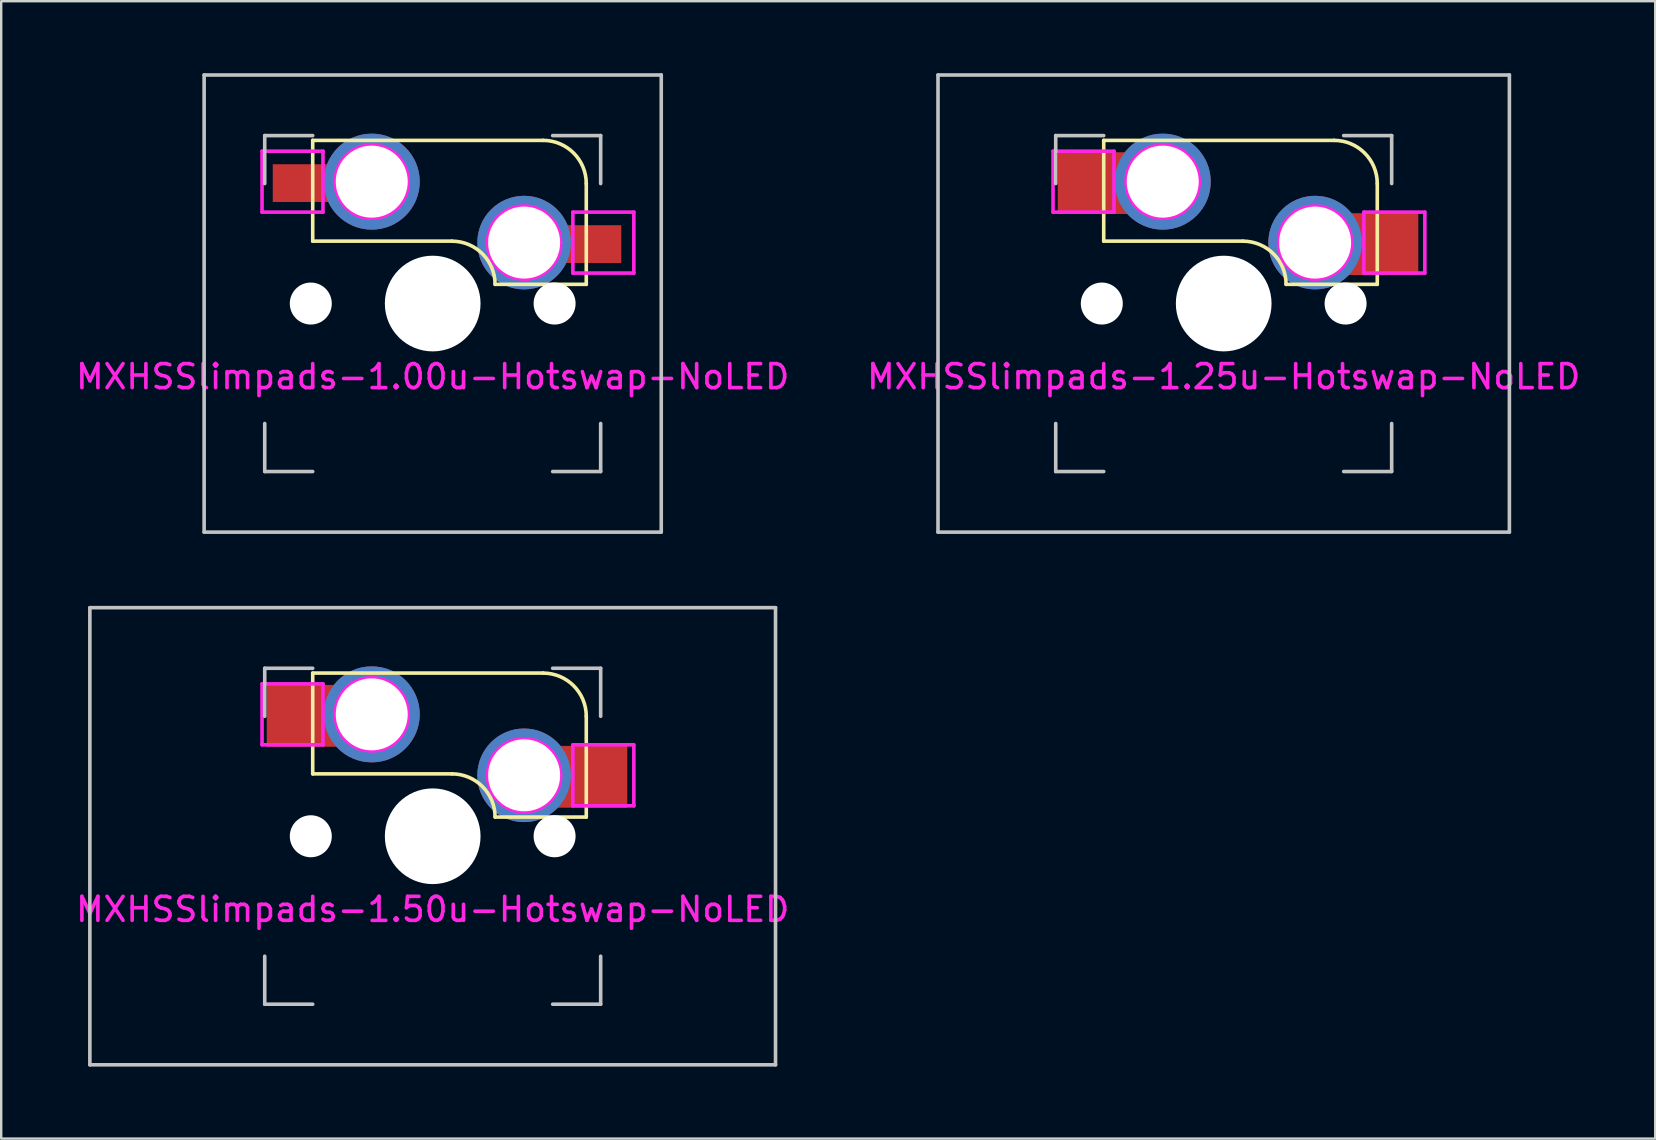
<source format=kicad_pcb>
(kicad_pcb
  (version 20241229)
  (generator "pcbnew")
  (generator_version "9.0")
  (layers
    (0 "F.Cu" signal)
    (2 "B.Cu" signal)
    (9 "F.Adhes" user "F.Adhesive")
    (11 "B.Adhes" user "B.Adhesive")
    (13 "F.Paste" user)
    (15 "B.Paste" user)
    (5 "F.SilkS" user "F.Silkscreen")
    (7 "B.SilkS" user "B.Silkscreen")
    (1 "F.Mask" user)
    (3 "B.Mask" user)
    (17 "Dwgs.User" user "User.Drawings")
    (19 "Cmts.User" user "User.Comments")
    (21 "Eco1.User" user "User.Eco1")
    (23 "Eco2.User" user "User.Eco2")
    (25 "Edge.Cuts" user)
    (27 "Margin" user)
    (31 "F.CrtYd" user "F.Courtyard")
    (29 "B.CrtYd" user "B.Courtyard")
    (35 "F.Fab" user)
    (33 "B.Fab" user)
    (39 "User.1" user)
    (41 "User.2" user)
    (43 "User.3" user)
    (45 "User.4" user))
  (footprint "MXHSSlimpads-1.00u-Hotswap-NoLED"
    (layer "F.Cu")
    (at 14.982 9.6)
    (property "Reference" "MXHSSlimpads-1.00u-Hotswap-NoLED" (at 0 3.048 180) (layer "F.CrtYd") (effects (font (size 1 1) (thickness 0.15))))
    (attr smd)
    (fp_line (start -5 -6.8) (end 4.6 -6.8) (stroke (width 0.15) (type solid)) (layer "F.SilkS"))
    (fp_line (start -5 -2.6) (end -5 -6.8) (stroke (width 0.15) (type solid)) (layer "F.SilkS"))
    (fp_line (start 0.8 -2.6) (end -5 -2.6) (stroke (width 0.15) (type solid)) (layer "F.SilkS"))
    (fp_line (start 6.4 -5) (end 6.4 -0.8) (stroke (width 0.15) (type solid)) (layer "F.SilkS"))
    (fp_line (start 6.4 -0.8) (end 2.6 -0.8) (stroke (width 0.15) (type solid)) (layer "F.SilkS"))
    (fp_arc (start 0.8 -2.6) (mid 2.072792 -2.072792) (end 2.6 -0.8) (stroke (width 0.15) (type solid)) (layer "F.SilkS"))
    (fp_arc (start 4.6 -6.8) (mid 5.872792 -6.272792) (end 6.4 -5) (stroke (width 0.15) (type solid)) (layer "F.SilkS"))
    (fp_rect (start -6.604 -5.791) (end -5.156 -4.242) (stroke (width 0.12) (type solid)) (fill yes) (layer "F.Paste"))
    (fp_rect (start 6.553 -3.226) (end 7.798 -1.676) (stroke (width 0.12) (type solid)) (fill yes) (layer "F.Paste"))
    (fp_line (start -9.525 -9.525) (end -9.525 9.525) (stroke (width 0.15) (type solid)) (layer "Dwgs.User"))
    (fp_line (start -9.525 9.525) (end 9.525 9.525) (stroke (width 0.15) (type solid)) (layer "Dwgs.User"))
    (fp_line (start -7 -7) (end -7 -5) (stroke (width 0.15) (type solid)) (layer "Dwgs.User"))
    (fp_line (start -7 7) (end -7 5) (stroke (width 0.15) (type solid)) (layer "Dwgs.User"))
    (fp_line (start -5 -7) (end -7 -7) (stroke (width 0.15) (type solid)) (layer "Dwgs.User"))
    (fp_line (start -5 7) (end -7 7) (stroke (width 0.15) (type solid)) (layer "Dwgs.User"))
    (fp_line (start 5 -7) (end 7 -7) (stroke (width 0.15) (type solid)) (layer "Dwgs.User"))
    (fp_line (start 7 -7) (end 7 -5) (stroke (width 0.15) (type solid)) (layer "Dwgs.User"))
    (fp_line (start 7 5) (end 7 7) (stroke (width 0.15) (type solid)) (layer "Dwgs.User"))
    (fp_line (start 7 7) (end 5 7) (stroke (width 0.15) (type solid)) (layer "Dwgs.User"))
    (fp_line (start 9.525 -9.525) (end -9.525 -9.525) (stroke (width 0.15) (type solid)) (layer "Dwgs.User"))
    (fp_line (start 9.525 9.525) (end 9.525 -9.525) (stroke (width 0.15) (type solid)) (layer "Dwgs.User"))
    (fp_line (start -7.112 -6.35) (end -7.112 -3.81) (stroke (width 0.15) (type solid)) (layer "F.CrtYd"))
    (fp_line (start -7.112 -3.81) (end -4.572 -3.81) (stroke (width 0.15) (type solid)) (layer "F.CrtYd"))
    (fp_line (start -4.572 -6.35) (end -7.112 -6.35) (stroke (width 0.15) (type solid)) (layer "F.CrtYd"))
    (fp_line (start -4.572 -3.81) (end -4.572 -6.35) (stroke (width 0.15) (type solid)) (layer "F.CrtYd"))
    (fp_line (start 5.842 -3.81) (end 5.842 -1.27) (stroke (width 0.15) (type solid)) (layer "F.CrtYd"))
    (fp_line (start 5.842 -1.27) (end 8.382 -1.27) (stroke (width 0.15) (type solid)) (layer "F.CrtYd"))
    (fp_line (start 8.382 -3.81) (end 5.842 -3.81) (stroke (width 0.15) (type solid)) (layer "F.CrtYd"))
    (fp_line (start 8.382 -1.27) (end 8.382 -3.81) (stroke (width 0.15) (type solid)) (layer "F.CrtYd"))
    (fp_circle (center -2.54 -5.08) (end -2.54 -6.604) (stroke (width 0.15) (type solid)) (fill no) (layer "F.CrtYd"))
    (fp_circle (center 3.81 -2.54) (end 3.81 -4.064) (stroke (width 0.15) (type solid)) (fill no) (layer "F.CrtYd"))
    (pad "" np_thru_hole circle (at -5.08 0 131.9) (size 1.75 1.75) (drill 1.75) (layers "*.Cu" "*.Mask"))
    (pad "" np_thru_hole circle (at 0 0 180) (size 3.988 3.988) (drill 3.988) (layers "*.Cu" "*.Mask"))
    (pad "" np_thru_hole circle (at 5.08 0 131.9) (size 1.75 1.75) (drill 1.75) (layers "*.Cu" "*.Mask"))
    (pad "1" thru_hole circle (at 3.81 -2.54 180) (size 3.9 3.9) (drill 3) (layers "*.Cu"))
    (pad "1" smd rect (at 3.81 -2.54 180) (size 4 1.575) (drill (offset -2.05 -0.062)) (layers "F.Cu" "F.Mask"))
    (pad "2" smd rect (at -2.54 -5.08 180) (size 4 1.575) (drill (offset 2.125 -0.062)) (layers "F.Cu" "F.Mask"))
    (pad "2" thru_hole circle (at -2.54 -5.08 180) (size 4 4) (drill 3) (layers "*.Cu")))
  (footprint "MXHSSlimpads-1.50u-Hotswap-NoLED"
    (layer "F.Cu")
    (at 14.982 31.8)
    (property "Reference" "MXHSSlimpads-1.50u-Hotswap-NoLED" (at 0 3.048 180) (layer "F.CrtYd") (effects (font (size 1 1) (thickness 0.15))))
    (attr smd)
    (fp_line (start -5 -6.8) (end 4.6 -6.8) (stroke (width 0.15) (type solid)) (layer "F.SilkS"))
    (fp_line (start -5 -2.6) (end -5 -6.8) (stroke (width 0.15) (type solid)) (layer "F.SilkS"))
    (fp_line (start 0.8 -2.6) (end -5 -2.6) (stroke (width 0.15) (type solid)) (layer "F.SilkS"))
    (fp_line (start 6.4 -5) (end 6.4 -0.8) (stroke (width 0.15) (type solid)) (layer "F.SilkS"))
    (fp_line (start 6.4 -0.8) (end 2.6 -0.8) (stroke (width 0.15) (type solid)) (layer "F.SilkS"))
    (fp_arc (start 0.8 -2.6) (mid 2.072792 -2.072792) (end 2.6 -0.8) (stroke (width 0.15) (type solid)) (layer "F.SilkS"))
    (fp_arc (start 4.6 -6.8) (mid 5.872792 -6.272792) (end 6.4 -5) (stroke (width 0.15) (type solid)) (layer "F.SilkS"))
    (fp_rect (start -6.854 -6.291) (end -5.156 -3.742) (stroke (width 0.12) (type solid)) (fill yes) (layer "F.Paste"))
    (fp_rect (start 6.553 -3.726) (end 8.048 -1.176) (stroke (width 0.12) (type solid)) (fill yes) (layer "F.Paste"))
    (fp_line (start -14.287 -9.525) (end -14.287 9.525) (stroke (width 0.15) (type solid)) (layer "Dwgs.User"))
    (fp_line (start -14.287 9.525) (end 14.287 9.525) (stroke (width 0.15) (type solid)) (layer "Dwgs.User"))
    (fp_line (start -7 -7) (end -7 -5) (stroke (width 0.15) (type solid)) (layer "Dwgs.User"))
    (fp_line (start -7 7) (end -7 5) (stroke (width 0.15) (type solid)) (layer "Dwgs.User"))
    (fp_line (start -5 -7) (end -7 -7) (stroke (width 0.15) (type solid)) (layer "Dwgs.User"))
    (fp_line (start -5 7) (end -7 7) (stroke (width 0.15) (type solid)) (layer "Dwgs.User"))
    (fp_line (start 5 -7) (end 7 -7) (stroke (width 0.15) (type solid)) (layer "Dwgs.User"))
    (fp_line (start 7 -7) (end 7 -5) (stroke (width 0.15) (type solid)) (layer "Dwgs.User"))
    (fp_line (start 7 5) (end 7 7) (stroke (width 0.15) (type solid)) (layer "Dwgs.User"))
    (fp_line (start 7 7) (end 5 7) (stroke (width 0.15) (type solid)) (layer "Dwgs.User"))
    (fp_line (start 14.287 -9.525) (end -14.287 -9.525) (stroke (width 0.15) (type solid)) (layer "Dwgs.User"))
    (fp_line (start 14.287 9.525) (end 14.287 -9.525) (stroke (width 0.15) (type solid)) (layer "Dwgs.User"))
    (fp_line (start -7.112 -6.35) (end -7.112 -3.81) (stroke (width 0.15) (type solid)) (layer "F.CrtYd"))
    (fp_line (start -7.112 -3.81) (end -4.572 -3.81) (stroke (width 0.15) (type solid)) (layer "F.CrtYd"))
    (fp_line (start -4.572 -6.35) (end -7.112 -6.35) (stroke (width 0.15) (type solid)) (layer "F.CrtYd"))
    (fp_line (start -4.572 -3.81) (end -4.572 -6.35) (stroke (width 0.15) (type solid)) (layer "F.CrtYd"))
    (fp_line (start 5.842 -3.81) (end 5.842 -1.27) (stroke (width 0.15) (type solid)) (layer "F.CrtYd"))
    (fp_line (start 5.842 -1.27) (end 8.382 -1.27) (stroke (width 0.15) (type solid)) (layer "F.CrtYd"))
    (fp_line (start 8.382 -3.81) (end 5.842 -3.81) (stroke (width 0.15) (type solid)) (layer "F.CrtYd"))
    (fp_line (start 8.382 -1.27) (end 8.382 -3.81) (stroke (width 0.15) (type solid)) (layer "F.CrtYd"))
    (fp_circle (center -2.54 -5.08) (end -2.54 -6.604) (stroke (width 0.15) (type solid)) (fill no) (layer "F.CrtYd"))
    (fp_circle (center 3.81 -2.54) (end 3.81 -4.064) (stroke (width 0.15) (type solid)) (fill no) (layer "F.CrtYd"))
    (pad "" np_thru_hole circle (at -5.08 0 131.9) (size 1.75 1.75) (drill 1.75) (layers "*.Cu" "*.Mask"))
    (pad "" np_thru_hole circle (at 0 0 180) (size 3.988 3.988) (drill 3.988) (layers "*.Cu" "*.Mask"))
    (pad "" np_thru_hole circle (at 5.08 0 131.9) (size 1.75 1.75) (drill 1.75) (layers "*.Cu" "*.Mask"))
    (pad "1" thru_hole circle (at 3.81 -2.54 180) (size 3.9 3.9) (drill 3) (layers "*.Cu"))
    (pad "1" smd rect (at 3.81 -2.54 180) (size 4.5 2.575) (drill (offset -2.05 -0.062)) (layers "F.Cu" "F.Mask"))
    (pad "2" thru_hole circle (at -2.54 -5.08 180) (size 4 4) (drill 3) (layers "*.Cu"))
    (pad "2" smd rect (at -2.54 -5.08 180) (size 4.5 2.575) (drill (offset 2.125 -0.062)) (layers "F.Cu" "F.Mask")))
  (footprint "MXHSSlimpads-1.25u-Hotswap-NoLED"
    (layer "F.Cu")
    (at 47.946 9.6)
    (property "Reference" "MXHSSlimpads-1.25u-Hotswap-NoLED" (at 0 3.048 180) (layer "F.CrtYd") (effects (font (size 1 1) (thickness 0.15))))
    (attr smd)
    (fp_line (start -5 -6.8) (end 4.6 -6.8) (stroke (width 0.15) (type solid)) (layer "F.SilkS"))
    (fp_line (start -5 -2.6) (end -5 -6.8) (stroke (width 0.15) (type solid)) (layer "F.SilkS"))
    (fp_line (start 0.8 -2.6) (end -5 -2.6) (stroke (width 0.15) (type solid)) (layer "F.SilkS"))
    (fp_line (start 6.4 -5) (end 6.4 -0.8) (stroke (width 0.15) (type solid)) (layer "F.SilkS"))
    (fp_line (start 6.4 -0.8) (end 2.6 -0.8) (stroke (width 0.15) (type solid)) (layer "F.SilkS"))
    (fp_arc (start 0.8 -2.6) (mid 2.072792 -2.072792) (end 2.6 -0.8) (stroke (width 0.15) (type solid)) (layer "F.SilkS"))
    (fp_arc (start 4.6 -6.8) (mid 5.872792 -6.272792) (end 6.4 -5) (stroke (width 0.15) (type solid)) (layer "F.SilkS"))
    (fp_rect (start -6.854 -6.291) (end -5.156 -3.742) (stroke (width 0.12) (type solid)) (fill yes) (layer "F.Paste"))
    (fp_rect (start 6.553 -3.726) (end 8.048 -1.176) (stroke (width 0.12) (type solid)) (fill yes) (layer "F.Paste"))
    (fp_line (start -11.906 -9.525) (end -11.906 9.525) (stroke (width 0.15) (type solid)) (layer "Dwgs.User"))
    (fp_line (start -11.906 9.525) (end 11.906 9.525) (stroke (width 0.15) (type solid)) (layer "Dwgs.User"))
    (fp_line (start -7 -7) (end -7 -5) (stroke (width 0.15) (type solid)) (layer "Dwgs.User"))
    (fp_line (start -7 7) (end -7 5) (stroke (width 0.15) (type solid)) (layer "Dwgs.User"))
    (fp_line (start -5 -7) (end -7 -7) (stroke (width 0.15) (type solid)) (layer "Dwgs.User"))
    (fp_line (start -5 7) (end -7 7) (stroke (width 0.15) (type solid)) (layer "Dwgs.User"))
    (fp_line (start 5 -7) (end 7 -7) (stroke (width 0.15) (type solid)) (layer "Dwgs.User"))
    (fp_line (start 7 -7) (end 7 -5) (stroke (width 0.15) (type solid)) (layer "Dwgs.User"))
    (fp_line (start 7 5) (end 7 7) (stroke (width 0.15) (type solid)) (layer "Dwgs.User"))
    (fp_line (start 7 7) (end 5 7) (stroke (width 0.15) (type solid)) (layer "Dwgs.User"))
    (fp_line (start 11.906 -9.525) (end -11.906 -9.525) (stroke (width 0.15) (type solid)) (layer "Dwgs.User"))
    (fp_line (start 11.906 9.525) (end 11.906 -9.525) (stroke (width 0.15) (type solid)) (layer "Dwgs.User"))
    (fp_line (start -7.112 -6.35) (end -7.112 -3.81) (stroke (width 0.15) (type solid)) (layer "F.CrtYd"))
    (fp_line (start -7.112 -3.81) (end -4.572 -3.81) (stroke (width 0.15) (type solid)) (layer "F.CrtYd"))
    (fp_line (start -4.572 -6.35) (end -7.112 -6.35) (stroke (width 0.15) (type solid)) (layer "F.CrtYd"))
    (fp_line (start -4.572 -3.81) (end -4.572 -6.35) (stroke (width 0.15) (type solid)) (layer "F.CrtYd"))
    (fp_line (start 5.842 -3.81) (end 5.842 -1.27) (stroke (width 0.15) (type solid)) (layer "F.CrtYd"))
    (fp_line (start 5.842 -1.27) (end 8.382 -1.27) (stroke (width 0.15) (type solid)) (layer "F.CrtYd"))
    (fp_line (start 8.382 -3.81) (end 5.842 -3.81) (stroke (width 0.15) (type solid)) (layer "F.CrtYd"))
    (fp_line (start 8.382 -1.27) (end 8.382 -3.81) (stroke (width 0.15) (type solid)) (layer "F.CrtYd"))
    (fp_circle (center -2.54 -5.08) (end -2.54 -6.604) (stroke (width 0.15) (type solid)) (fill no) (layer "F.CrtYd"))
    (fp_circle (center 3.81 -2.54) (end 3.81 -4.064) (stroke (width 0.15) (type solid)) (fill no) (layer "F.CrtYd"))
    (pad "" np_thru_hole circle (at -5.08 0 131.9) (size 1.75 1.75) (drill 1.75) (layers "*.Cu" "*.Mask"))
    (pad "" np_thru_hole circle (at 0 0 180) (size 3.988 3.988) (drill 3.988) (layers "*.Cu" "*.Mask"))
    (pad "" np_thru_hole circle (at 5.08 0 131.9) (size 1.75 1.75) (drill 1.75) (layers "*.Cu" "*.Mask"))
    (pad "1" thru_hole circle (at 3.81 -2.54 180) (size 3.9 3.9) (drill 3) (layers "*.Cu"))
    (pad "1" smd rect (at 3.81 -2.54 180) (size 4.5 2.575) (drill (offset -2.05 -0.062)) (layers "F.Cu" "F.Mask"))
    (pad "2" thru_hole circle (at -2.54 -5.08 180) (size 4 4) (drill 3) (layers "*.Cu"))
    (pad "2" smd rect (at -2.54 -5.08 180) (size 4.5 2.575) (drill (offset 2.125 -0.062)) (layers "F.Cu" "F.Mask")))
  (gr_rect
    (start -3 -3)
    (end 65.929 44.4)
    (stroke (width 0.1) (type default))
    (fill no)
    (layer "Edge.Cuts")))
</source>
